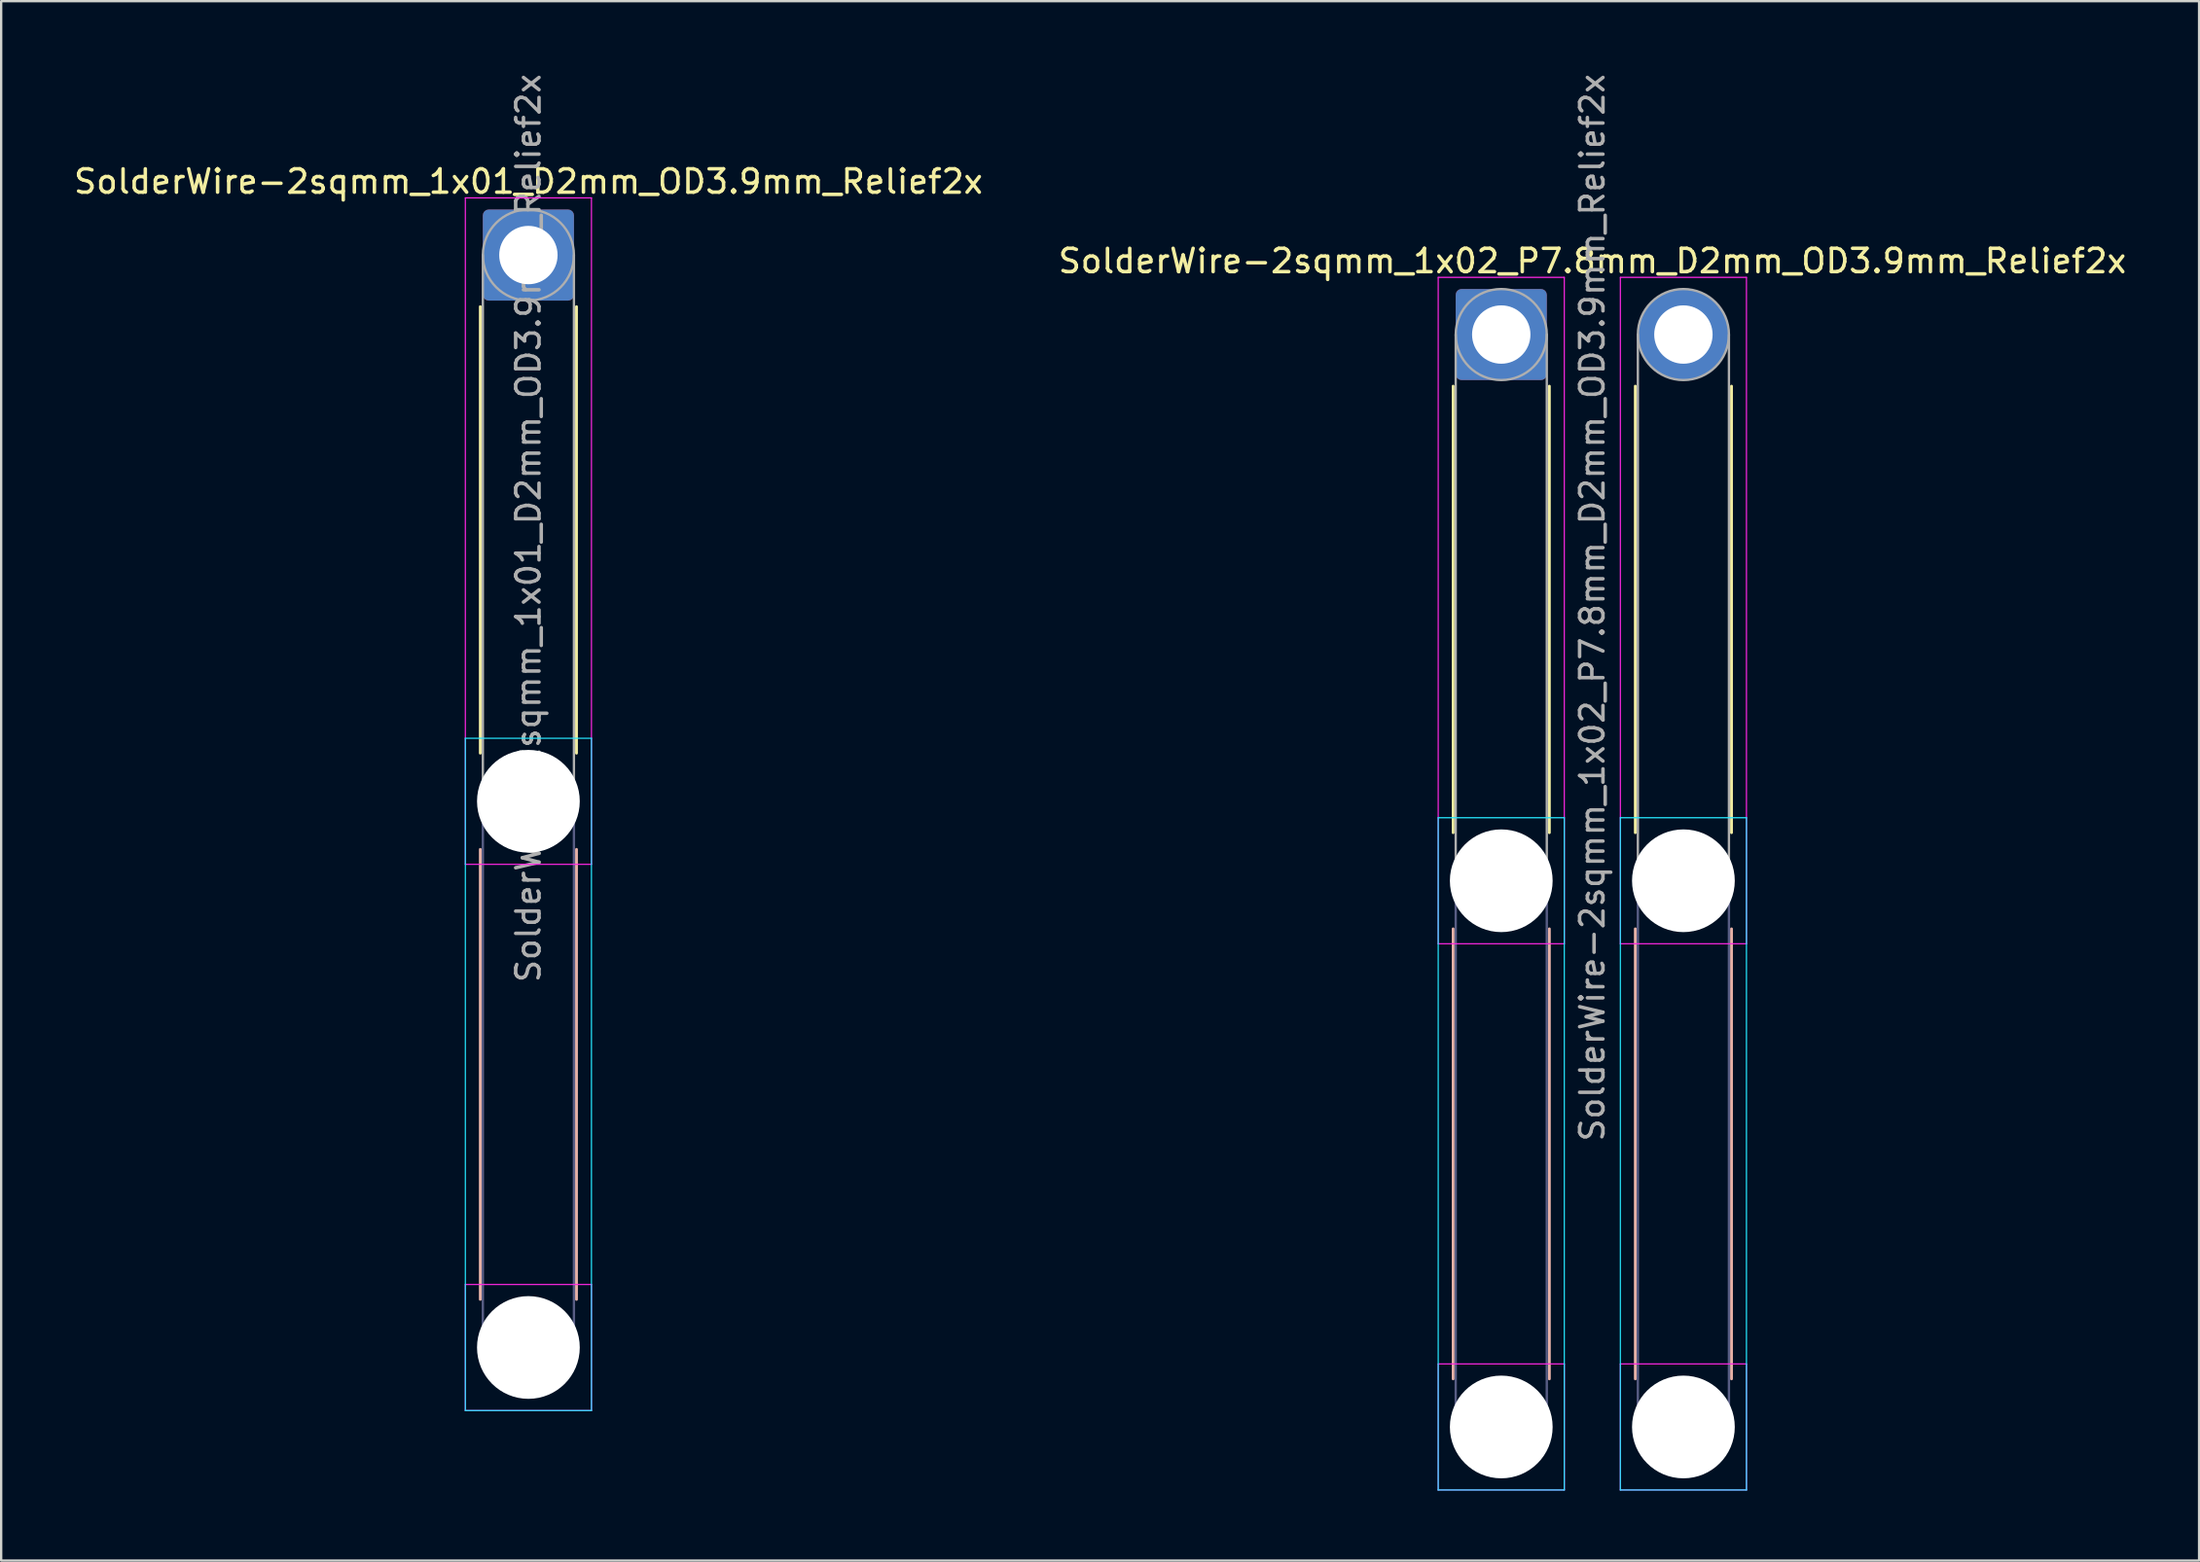
<source format=kicad_pcb>
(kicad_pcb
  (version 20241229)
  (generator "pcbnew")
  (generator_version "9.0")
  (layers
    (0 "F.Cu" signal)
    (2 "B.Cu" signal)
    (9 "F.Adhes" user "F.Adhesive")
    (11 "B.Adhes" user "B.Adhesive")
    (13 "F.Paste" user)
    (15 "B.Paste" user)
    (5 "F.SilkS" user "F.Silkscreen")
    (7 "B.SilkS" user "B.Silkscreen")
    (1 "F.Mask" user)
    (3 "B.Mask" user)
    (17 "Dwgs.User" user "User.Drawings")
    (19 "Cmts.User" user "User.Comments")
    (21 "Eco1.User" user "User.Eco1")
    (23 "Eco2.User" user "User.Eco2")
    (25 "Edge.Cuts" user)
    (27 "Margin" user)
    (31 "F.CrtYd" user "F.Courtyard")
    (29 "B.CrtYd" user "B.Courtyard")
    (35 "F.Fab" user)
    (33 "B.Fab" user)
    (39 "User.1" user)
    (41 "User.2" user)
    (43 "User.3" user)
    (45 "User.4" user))
  (footprint "SolderWire-2sqmm_1x01_D2mm_OD3.9mm_Relief2x"
    (layer "F.Cu")
    (at 19.577 7.877)
    (property "Reference" "SolderWire-2sqmm_1x01_D2mm_OD3.9mm_Relief2x" (at 0 -3.15 0) (layer "F.SilkS") (effects (font (size 1 1) (thickness 0.15))))
    (attr exclude_from_pos_files exclude_from_bom)
    (fp_line (start -2.06 2.21) (end -2.06 21.34) (stroke (width 0.12) (type solid)) (layer "F.SilkS"))
    (fp_line (start 2.06 2.21) (end 2.06 21.34) (stroke (width 0.12) (type solid)) (layer "F.SilkS"))
    (fp_line (start -2.06 25.46) (end -2.06 44.74) (stroke (width 0.12) (type solid)) (layer "B.SilkS"))
    (fp_line (start 2.06 25.46) (end 2.06 44.74) (stroke (width 0.12) (type solid)) (layer "B.SilkS"))
    (fp_line (start -2.7 20.7) (end -2.7 49.5) (stroke (width 0.05) (type solid)) (layer "B.CrtYd"))
    (fp_line (start -2.7 49.5) (end 2.7 49.5) (stroke (width 0.05) (type solid)) (layer "B.CrtYd"))
    (fp_line (start 2.7 20.7) (end -2.7 20.7) (stroke (width 0.05) (type solid)) (layer "B.CrtYd"))
    (fp_line (start 2.7 49.5) (end 2.7 20.7) (stroke (width 0.05) (type solid)) (layer "B.CrtYd"))
    (fp_line (start -2.7 -2.45) (end -2.7 26.1) (stroke (width 0.05) (type solid)) (layer "F.CrtYd"))
    (fp_line (start -2.7 26.1) (end 2.7 26.1) (stroke (width 0.05) (type solid)) (layer "F.CrtYd"))
    (fp_line (start -2.7 44.1) (end -2.7 49.5) (stroke (width 0.05) (type solid)) (layer "F.CrtYd"))
    (fp_line (start -2.7 49.5) (end 2.7 49.5) (stroke (width 0.05) (type solid)) (layer "F.CrtYd"))
    (fp_line (start 2.7 -2.45) (end -2.7 -2.45) (stroke (width 0.05) (type solid)) (layer "F.CrtYd"))
    (fp_line (start 2.7 26.1) (end 2.7 -2.45) (stroke (width 0.05) (type solid)) (layer "F.CrtYd"))
    (fp_line (start 2.7 44.1) (end -2.7 44.1) (stroke (width 0.05) (type solid)) (layer "F.CrtYd"))
    (fp_line (start 2.7 49.5) (end 2.7 44.1) (stroke (width 0.05) (type solid)) (layer "F.CrtYd"))
    (fp_line (start -1.95 23.4) (end -1.95 46.8) (stroke (width 0.1) (type solid)) (layer "B.Fab"))
    (fp_line (start 1.95 23.4) (end 1.95 46.8) (stroke (width 0.1) (type solid)) (layer "B.Fab"))
    (fp_circle (center 0 23.4) (end 1.95 23.4) (stroke (width 0.1) (type solid)) (fill no) (layer "B.Fab"))
    (fp_circle (center 0 46.8) (end 1.95 46.8) (stroke (width 0.1) (type solid)) (fill no) (layer "B.Fab"))
    (fp_line (start -1.95 0) (end -1.95 23.4) (stroke (width 0.1) (type solid)) (layer "F.Fab"))
    (fp_line (start 1.95 0) (end 1.95 23.4) (stroke (width 0.1) (type solid)) (layer "F.Fab"))
    (fp_circle (center 0 0) (end 1.95 0) (stroke (width 0.1) (type solid)) (fill no) (layer "F.Fab"))
    (fp_circle (center 0 23.4) (end 1.95 23.4) (stroke (width 0.1) (type solid)) (fill no) (layer "F.Fab"))
    (fp_circle (center 0 46.8) (end 1.95 46.8) (stroke (width 0.1) (type solid)) (fill no) (layer "F.Fab"))
    (fp_text user "${REFERENCE}" (at 0 11.7 90) (layer "F.Fab") (effects (font (size 1 1) (thickness 0.15))))
    (pad "" np_thru_hole circle (at 0 23.4) (size 4.4 4.4) (drill 4.4) (layers "*.Cu" "*.Mask"))
    (pad "" np_thru_hole circle (at 0 46.8) (size 4.4 4.4) (drill 4.4) (layers "*.Cu" "*.Mask"))
    (pad "1" thru_hole roundrect (at 0 0) (size 3.9 3.9) (drill 2.5) (layers "*.Cu" "*.Mask") (roundrect_rratio 0.064)))
  (footprint "SolderWire-2sqmm_1x02_P7.8mm_D2mm_OD3.9mm_Relief2x"
    (layer "F.Cu")
    (at 61.237 11.282)
    (property "Reference" "SolderWire-2sqmm_1x02_P7.8mm_D2mm_OD3.9mm_Relief2x" (at 3.9 -3.15 0) (layer "F.SilkS") (effects (font (size 1 1) (thickness 0.15))))
    (attr exclude_from_pos_files exclude_from_bom)
    (fp_line (start -2.06 2.21) (end -2.06 21.34) (stroke (width 0.12) (type solid)) (layer "F.SilkS"))
    (fp_line (start 2.06 2.21) (end 2.06 21.34) (stroke (width 0.12) (type solid)) (layer "F.SilkS"))
    (fp_line (start 5.74 2.21) (end 5.74 21.34) (stroke (width 0.12) (type solid)) (layer "F.SilkS"))
    (fp_line (start 9.86 2.21) (end 9.86 21.34) (stroke (width 0.12) (type solid)) (layer "F.SilkS"))
    (fp_line (start -2.06 25.46) (end -2.06 44.74) (stroke (width 0.12) (type solid)) (layer "B.SilkS"))
    (fp_line (start 2.06 25.46) (end 2.06 44.74) (stroke (width 0.12) (type solid)) (layer "B.SilkS"))
    (fp_line (start 5.74 25.46) (end 5.74 44.74) (stroke (width 0.12) (type solid)) (layer "B.SilkS"))
    (fp_line (start 9.86 25.46) (end 9.86 44.74) (stroke (width 0.12) (type solid)) (layer "B.SilkS"))
    (fp_line (start -2.7 20.7) (end -2.7 49.5) (stroke (width 0.05) (type solid)) (layer "B.CrtYd"))
    (fp_line (start -2.7 49.5) (end 2.7 49.5) (stroke (width 0.05) (type solid)) (layer "B.CrtYd"))
    (fp_line (start 2.7 20.7) (end -2.7 20.7) (stroke (width 0.05) (type solid)) (layer "B.CrtYd"))
    (fp_line (start 2.7 49.5) (end 2.7 20.7) (stroke (width 0.05) (type solid)) (layer "B.CrtYd"))
    (fp_line (start 5.1 20.7) (end 5.1 49.5) (stroke (width 0.05) (type solid)) (layer "B.CrtYd"))
    (fp_line (start 5.1 49.5) (end 10.5 49.5) (stroke (width 0.05) (type solid)) (layer "B.CrtYd"))
    (fp_line (start 10.5 20.7) (end 5.1 20.7) (stroke (width 0.05) (type solid)) (layer "B.CrtYd"))
    (fp_line (start 10.5 49.5) (end 10.5 20.7) (stroke (width 0.05) (type solid)) (layer "B.CrtYd"))
    (fp_line (start -2.7 -2.45) (end -2.7 26.1) (stroke (width 0.05) (type solid)) (layer "F.CrtYd"))
    (fp_line (start -2.7 26.1) (end 2.7 26.1) (stroke (width 0.05) (type solid)) (layer "F.CrtYd"))
    (fp_line (start -2.7 44.1) (end -2.7 49.5) (stroke (width 0.05) (type solid)) (layer "F.CrtYd"))
    (fp_line (start -2.7 49.5) (end 2.7 49.5) (stroke (width 0.05) (type solid)) (layer "F.CrtYd"))
    (fp_line (start 2.7 -2.45) (end -2.7 -2.45) (stroke (width 0.05) (type solid)) (layer "F.CrtYd"))
    (fp_line (start 2.7 26.1) (end 2.7 -2.45) (stroke (width 0.05) (type solid)) (layer "F.CrtYd"))
    (fp_line (start 2.7 44.1) (end -2.7 44.1) (stroke (width 0.05) (type solid)) (layer "F.CrtYd"))
    (fp_line (start 2.7 49.5) (end 2.7 44.1) (stroke (width 0.05) (type solid)) (layer "F.CrtYd"))
    (fp_line (start 5.1 -2.45) (end 5.1 26.1) (stroke (width 0.05) (type solid)) (layer "F.CrtYd"))
    (fp_line (start 5.1 26.1) (end 10.5 26.1) (stroke (width 0.05) (type solid)) (layer "F.CrtYd"))
    (fp_line (start 5.1 44.1) (end 5.1 49.5) (stroke (width 0.05) (type solid)) (layer "F.CrtYd"))
    (fp_line (start 5.1 49.5) (end 10.5 49.5) (stroke (width 0.05) (type solid)) (layer "F.CrtYd"))
    (fp_line (start 10.5 -2.45) (end 5.1 -2.45) (stroke (width 0.05) (type solid)) (layer "F.CrtYd"))
    (fp_line (start 10.5 26.1) (end 10.5 -2.45) (stroke (width 0.05) (type solid)) (layer "F.CrtYd"))
    (fp_line (start 10.5 44.1) (end 5.1 44.1) (stroke (width 0.05) (type solid)) (layer "F.CrtYd"))
    (fp_line (start 10.5 49.5) (end 10.5 44.1) (stroke (width 0.05) (type solid)) (layer "F.CrtYd"))
    (fp_line (start -1.95 23.4) (end -1.95 46.8) (stroke (width 0.1) (type solid)) (layer "B.Fab"))
    (fp_line (start 1.95 23.4) (end 1.95 46.8) (stroke (width 0.1) (type solid)) (layer "B.Fab"))
    (fp_line (start 5.85 23.4) (end 5.85 46.8) (stroke (width 0.1) (type solid)) (layer "B.Fab"))
    (fp_line (start 9.75 23.4) (end 9.75 46.8) (stroke (width 0.1) (type solid)) (layer "B.Fab"))
    (fp_circle (center 0 23.4) (end 1.95 23.4) (stroke (width 0.1) (type solid)) (fill no) (layer "B.Fab"))
    (fp_circle (center 0 46.8) (end 1.95 46.8) (stroke (width 0.1) (type solid)) (fill no) (layer "B.Fab"))
    (fp_circle (center 7.8 23.4) (end 9.75 23.4) (stroke (width 0.1) (type solid)) (fill no) (layer "B.Fab"))
    (fp_circle (center 7.8 46.8) (end 9.75 46.8) (stroke (width 0.1) (type solid)) (fill no) (layer "B.Fab"))
    (fp_line (start -1.95 0) (end -1.95 23.4) (stroke (width 0.1) (type solid)) (layer "F.Fab"))
    (fp_line (start 1.95 0) (end 1.95 23.4) (stroke (width 0.1) (type solid)) (layer "F.Fab"))
    (fp_line (start 5.85 0) (end 5.85 23.4) (stroke (width 0.1) (type solid)) (layer "F.Fab"))
    (fp_line (start 9.75 0) (end 9.75 23.4) (stroke (width 0.1) (type solid)) (layer "F.Fab"))
    (fp_circle (center 0 0) (end 1.95 0) (stroke (width 0.1) (type solid)) (fill no) (layer "F.Fab"))
    (fp_circle (center 0 23.4) (end 1.95 23.4) (stroke (width 0.1) (type solid)) (fill no) (layer "F.Fab"))
    (fp_circle (center 0 46.8) (end 1.95 46.8) (stroke (width 0.1) (type solid)) (fill no) (layer "F.Fab"))
    (fp_circle (center 7.8 0) (end 9.75 0) (stroke (width 0.1) (type solid)) (fill no) (layer "F.Fab"))
    (fp_circle (center 7.8 23.4) (end 9.75 23.4) (stroke (width 0.1) (type solid)) (fill no) (layer "F.Fab"))
    (fp_circle (center 7.8 46.8) (end 9.75 46.8) (stroke (width 0.1) (type solid)) (fill no) (layer "F.Fab"))
    (fp_text user "${REFERENCE}" (at 3.9 11.7 90) (layer "F.Fab") (effects (font (size 1 1) (thickness 0.15))))
    (pad "" np_thru_hole circle (at 0 23.4) (size 4.4 4.4) (drill 4.4) (layers "*.Cu" "*.Mask"))
    (pad "" np_thru_hole circle (at 0 46.8) (size 4.4 4.4) (drill 4.4) (layers "*.Cu" "*.Mask"))
    (pad "" np_thru_hole circle (at 7.8 23.4) (size 4.4 4.4) (drill 4.4) (layers "*.Cu" "*.Mask"))
    (pad "" np_thru_hole circle (at 7.8 46.8) (size 4.4 4.4) (drill 4.4) (layers "*.Cu" "*.Mask"))
    (pad "1" thru_hole roundrect (at 0 0) (size 3.9 3.9) (drill 2.5) (layers "*.Cu" "*.Mask") (roundrect_rratio 0.064))
    (pad "2" thru_hole circle (at 7.8 0) (size 3.9 3.9) (drill 2.5) (layers "*.Cu" "*.Mask")))
  (gr_rect
    (start -3 -3)
    (end 91.119 63.807)
    (stroke (width 0.1) (type default))
    (fill no)
    (layer "Edge.Cuts")))
</source>
